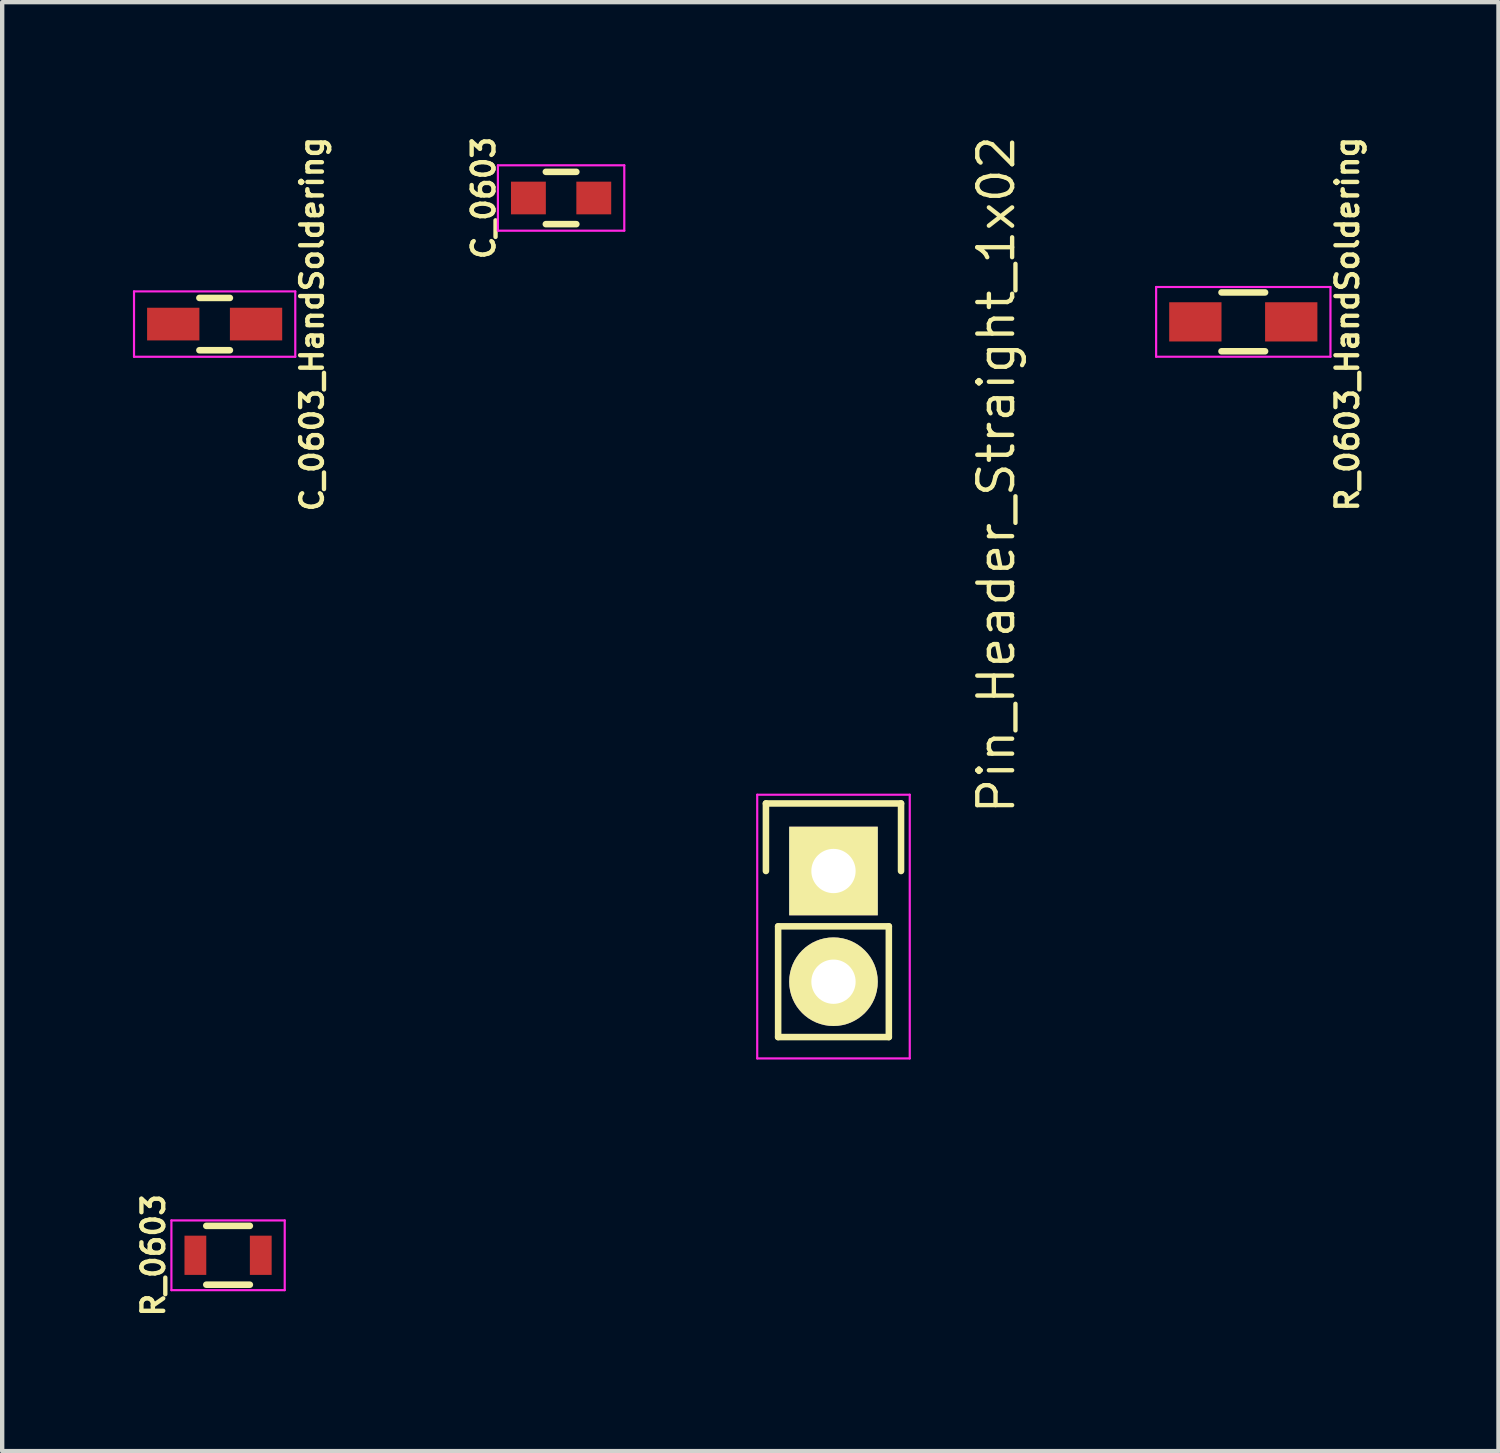
<source format=kicad_pcb>
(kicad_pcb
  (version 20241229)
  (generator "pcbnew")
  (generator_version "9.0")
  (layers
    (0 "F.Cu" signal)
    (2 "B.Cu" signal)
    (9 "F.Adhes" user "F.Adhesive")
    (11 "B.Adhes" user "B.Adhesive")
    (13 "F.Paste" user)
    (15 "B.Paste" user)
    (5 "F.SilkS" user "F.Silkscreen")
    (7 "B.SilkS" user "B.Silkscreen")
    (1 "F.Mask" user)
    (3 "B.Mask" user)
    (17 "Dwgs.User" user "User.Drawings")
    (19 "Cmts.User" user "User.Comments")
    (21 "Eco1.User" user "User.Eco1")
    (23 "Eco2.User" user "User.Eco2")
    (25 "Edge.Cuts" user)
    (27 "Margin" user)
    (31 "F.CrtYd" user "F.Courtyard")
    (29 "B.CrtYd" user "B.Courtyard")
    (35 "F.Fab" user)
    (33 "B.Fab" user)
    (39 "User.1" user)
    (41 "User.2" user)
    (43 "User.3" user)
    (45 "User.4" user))
  (footprint "C_0603"
    (layer "F.Cu")
    (at 9.824 1.493)
    (property "Reference" "C_0603" (at -1.778 0 270) (layer "F.SilkS") (effects (font (size 0.5 0.5) (thickness 0.1))))
    (attr smd)
    (fp_line (start -0.35 -0.6) (end 0.35 -0.6) (stroke (width 0.15) (type solid)) (layer "F.SilkS"))
    (fp_line (start 0.35 0.6) (end -0.35 0.6) (stroke (width 0.15) (type solid)) (layer "F.SilkS"))
    (fp_line (start -1.45 -0.75) (end -1.45 0.75) (stroke (width 0.05) (type solid)) (layer "F.CrtYd"))
    (fp_line (start -1.45 -0.75) (end 1.45 -0.75) (stroke (width 0.05) (type solid)) (layer "F.CrtYd"))
    (fp_line (start -1.45 0.75) (end 1.45 0.75) (stroke (width 0.05) (type solid)) (layer "F.CrtYd"))
    (fp_line (start 1.45 -0.75) (end 1.45 0.75) (stroke (width 0.05) (type solid)) (layer "F.CrtYd"))
    (pad "1" smd rect (at -0.75 0) (size 0.8 0.75) (layers "F.Cu" "F.Mask" "F.Paste"))
    (pad "2" smd rect (at 0.75 0) (size 0.8 0.75) (layers "F.Cu" "F.Mask" "F.Paste")))
  (footprint "C_0603_HandSoldering"
    (layer "F.Cu")
    (at 1.875 4.386)
    (property "Reference" "C_0603_HandSoldering" (at 2.235 0 270) (layer "F.SilkS") (effects (font (size 0.5 0.5) (thickness 0.1))))
    (attr smd)
    (fp_line (start -0.35 -0.6) (end 0.35 -0.6) (stroke (width 0.15) (type solid)) (layer "F.SilkS"))
    (fp_line (start 0.35 0.6) (end -0.35 0.6) (stroke (width 0.15) (type solid)) (layer "F.SilkS"))
    (fp_line (start -1.85 -0.75) (end -1.85 0.75) (stroke (width 0.05) (type solid)) (layer "F.CrtYd"))
    (fp_line (start -1.85 -0.75) (end 1.85 -0.75) (stroke (width 0.05) (type solid)) (layer "F.CrtYd"))
    (fp_line (start -1.85 0.75) (end 1.85 0.75) (stroke (width 0.05) (type solid)) (layer "F.CrtYd"))
    (fp_line (start 1.85 -0.75) (end 1.85 0.75) (stroke (width 0.05) (type solid)) (layer "F.CrtYd"))
    (pad "1" smd rect (at -0.95 0) (size 1.2 0.75) (layers "F.Cu" "F.Mask" "F.Paste"))
    (pad "2" smd rect (at 0.95 0) (size 1.2 0.75) (layers "F.Cu" "F.Mask" "F.Paste")))
  (footprint "R_0603_HandSoldering"
    (layer "F.Cu")
    (at 25.477 4.335)
    (property "Reference" "R_0603_HandSoldering" (at 2.388 0.051 90) (layer "F.SilkS") (effects (font (size 0.5 0.5) (thickness 0.1))))
    (attr smd)
    (fp_line (start -0.5 -0.675) (end 0.5 -0.675) (stroke (width 0.15) (type solid)) (layer "F.SilkS"))
    (fp_line (start 0.5 0.675) (end -0.5 0.675) (stroke (width 0.15) (type solid)) (layer "F.SilkS"))
    (fp_line (start -2 -0.8) (end -2 0.8) (stroke (width 0.05) (type solid)) (layer "F.CrtYd"))
    (fp_line (start -2 -0.8) (end 2 -0.8) (stroke (width 0.05) (type solid)) (layer "F.CrtYd"))
    (fp_line (start -2 0.8) (end 2 0.8) (stroke (width 0.05) (type solid)) (layer "F.CrtYd"))
    (fp_line (start 2 -0.8) (end 2 0.8) (stroke (width 0.05) (type solid)) (layer "F.CrtYd"))
    (pad "1" smd rect (at -1.1 0) (size 1.2 0.9) (layers "F.Cu" "F.Mask" "F.Paste"))
    (pad "2" smd rect (at 1.1 0) (size 1.2 0.9) (layers "F.Cu" "F.Mask" "F.Paste")))
  (footprint "Pin_Header_Straight_1x02"
    (layer "F.Cu")
    (at 16.074 16.935)
    (property "Reference" "Pin_Header_Straight_1x02" (at 3.734 -9.093 90) (layer "F.SilkS") (effects (font (size 0.8 0.8) (thickness 0.1))))
    (attr through_hole)
    (fp_line (start -1.55 -1.55) (end 1.55 -1.55) (stroke (width 0.15) (type solid)) (layer "F.SilkS"))
    (fp_line (start -1.55 0) (end -1.55 -1.55) (stroke (width 0.15) (type solid)) (layer "F.SilkS"))
    (fp_line (start -1.27 1.27) (end -1.27 3.81) (stroke (width 0.15) (type solid)) (layer "F.SilkS"))
    (fp_line (start -1.27 3.81) (end 1.27 3.81) (stroke (width 0.15) (type solid)) (layer "F.SilkS"))
    (fp_line (start 1.27 1.27) (end -1.27 1.27) (stroke (width 0.15) (type solid)) (layer "F.SilkS"))
    (fp_line (start 1.27 1.27) (end 1.27 3.81) (stroke (width 0.15) (type solid)) (layer "F.SilkS"))
    (fp_line (start 1.55 -1.55) (end 1.55 0) (stroke (width 0.15) (type solid)) (layer "F.SilkS"))
    (fp_line (start -1.75 -1.75) (end -1.75 4.3) (stroke (width 0.05) (type solid)) (layer "F.CrtYd"))
    (fp_line (start -1.75 -1.75) (end 1.75 -1.75) (stroke (width 0.05) (type solid)) (layer "F.CrtYd"))
    (fp_line (start -1.75 4.3) (end 1.75 4.3) (stroke (width 0.05) (type solid)) (layer "F.CrtYd"))
    (fp_line (start 1.75 -1.75) (end 1.75 4.3) (stroke (width 0.05) (type solid)) (layer "F.CrtYd"))
    (pad "1" thru_hole rect (at 0 0) (size 2.032 2.032) (drill 1.016) (layers "*.Cu" "*.Mask" "F.SilkS"))
    (pad "2" thru_hole oval (at 0 2.54) (size 2.032 2.032) (drill 1.016) (layers "*.Cu" "*.Mask" "F.SilkS")))
  (footprint "R_0603"
    (layer "F.Cu")
    (at 2.183 25.752)
    (property "Reference" "R_0603" (at -1.714 0 90) (layer "F.SilkS") (effects (font (size 0.5 0.5) (thickness 0.1))))
    (attr smd)
    (fp_line (start -0.5 -0.675) (end 0.5 -0.675) (stroke (width 0.15) (type solid)) (layer "F.SilkS"))
    (fp_line (start 0.5 0.675) (end -0.5 0.675) (stroke (width 0.15) (type solid)) (layer "F.SilkS"))
    (fp_line (start -1.3 -0.8) (end -1.3 0.8) (stroke (width 0.05) (type solid)) (layer "F.CrtYd"))
    (fp_line (start -1.3 -0.8) (end 1.3 -0.8) (stroke (width 0.05) (type solid)) (layer "F.CrtYd"))
    (fp_line (start -1.3 0.8) (end 1.3 0.8) (stroke (width 0.05) (type solid)) (layer "F.CrtYd"))
    (fp_line (start 1.3 -0.8) (end 1.3 0.8) (stroke (width 0.05) (type solid)) (layer "F.CrtYd"))
    (pad "1" smd rect (at -0.75 0) (size 0.5 0.9) (layers "F.Cu" "F.Mask" "F.Paste"))
    (pad "2" smd rect (at 0.75 0) (size 0.5 0.9) (layers "F.Cu" "F.Mask" "F.Paste")))
  (gr_rect
    (start -3 -3)
    (end 31.332 30.245)
    (stroke (width 0.1) (type default))
    (fill no)
    (layer "Edge.Cuts")))
</source>
